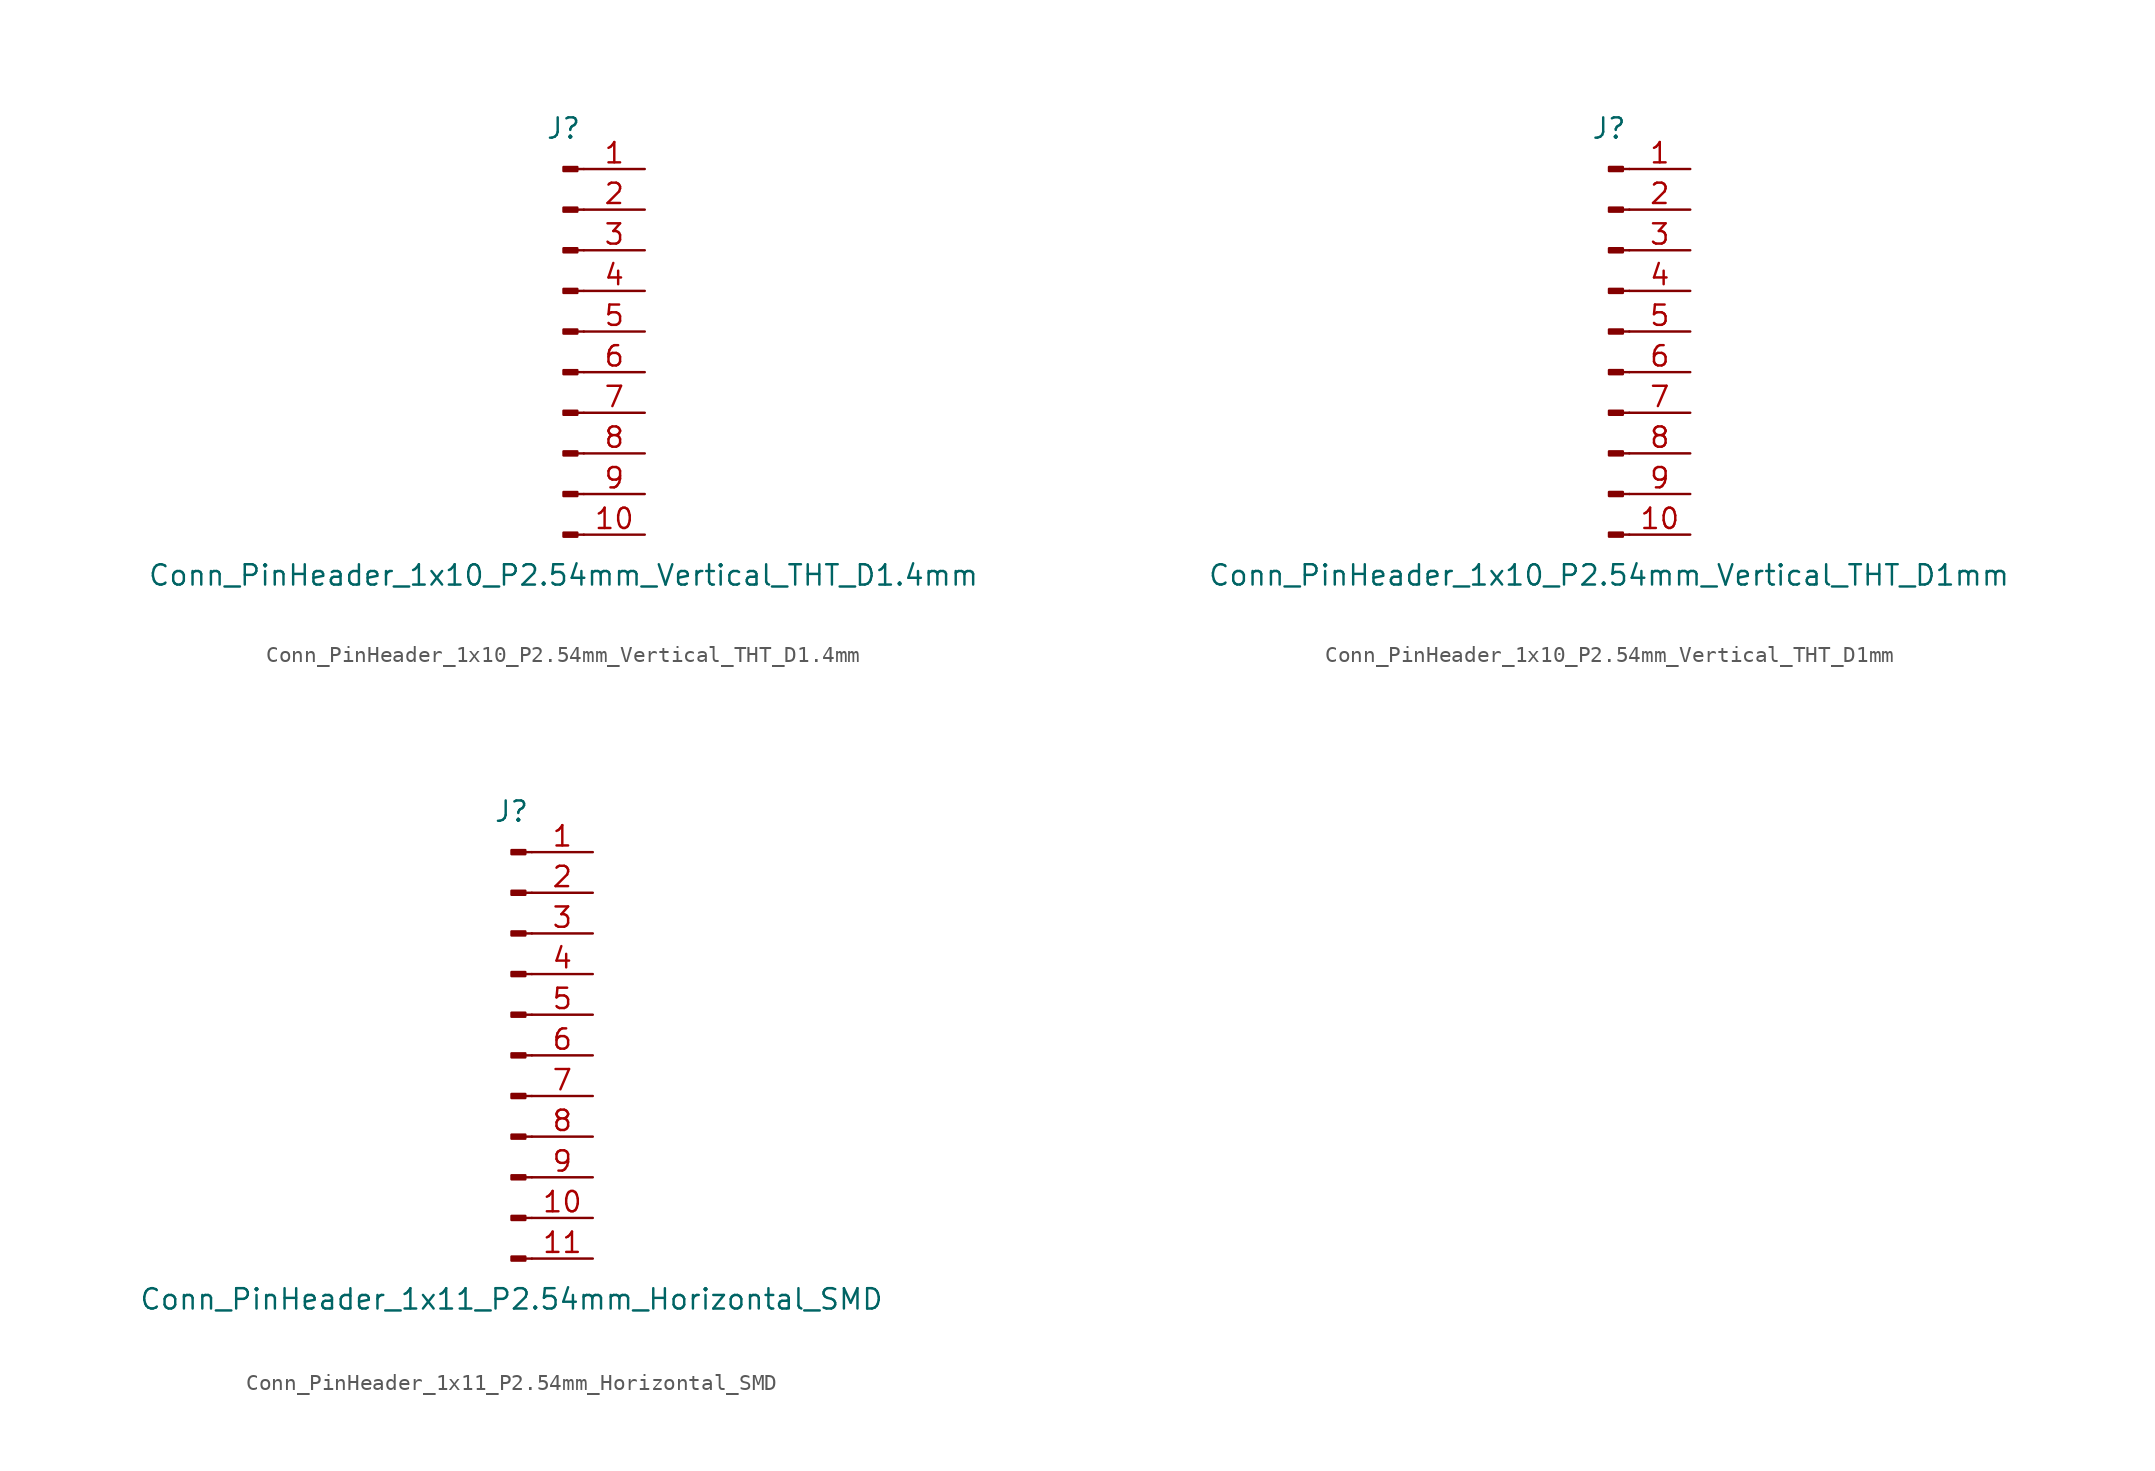
<source format=kicad_sym>
(kicad_symbol_lib
  (version 20220914)
  (generator kicad_symbol_editor)
  (symbol "Conn_PinHeader_1x10_P2.54mm_Vertical_THT_D1.4mm"
    (pin_names
      (offset 1.016) hide)
    (property "Reference" "J"
      (at 0 12.7 0)
      (effects (font (size 1.27 1.27))))
    (property "Value" "Conn_PinHeader_1x10_P2.54mm_Vertical_THT_D1.4mm"
      (at 0 -15.24 0)
      (effects (font (size 1.27 1.27))))
    (symbol "Conn_PinHeader_1x10_P2.54mm_Vertical_THT_D1.4mm_1_1"
      (polyline (pts (xy 1.27 -12.7) (xy 0.864 -12.7)) (stroke (width 0.152) (type solid)) (fill (type none)))
      (polyline (pts (xy 1.27 -10.16) (xy 0.864 -10.16)) (stroke (width 0.152) (type solid)) (fill (type none)))
      (polyline (pts (xy 1.27 -7.62) (xy 0.864 -7.62)) (stroke (width 0.152) (type solid)) (fill (type none)))
      (polyline (pts (xy 1.27 -5.08) (xy 0.864 -5.08)) (stroke (width 0.152) (type solid)) (fill (type none)))
      (polyline (pts (xy 1.27 -2.54) (xy 0.864 -2.54)) (stroke (width 0.152) (type solid)) (fill (type none)))
      (polyline (pts (xy 1.27 0) (xy 0.864 0)) (stroke (width 0.152) (type solid)) (fill (type none)))
      (polyline (pts (xy 1.27 2.54) (xy 0.864 2.54)) (stroke (width 0.152) (type solid)) (fill (type none)))
      (polyline (pts (xy 1.27 5.08) (xy 0.864 5.08)) (stroke (width 0.152) (type solid)) (fill (type none)))
      (polyline (pts (xy 1.27 7.62) (xy 0.864 7.62)) (stroke (width 0.152) (type solid)) (fill (type none)))
      (polyline (pts (xy 1.27 10.16) (xy 0.864 10.16)) (stroke (width 0.152) (type solid)) (fill (type none)))
      (rectangle (start 0.864 -12.573) (end 0 -12.827) (stroke (width 0.152) (type solid)) (fill (type outline)))
      (rectangle (start 0.864 -10.033) (end 0 -10.287) (stroke (width 0.152) (type solid)) (fill (type outline)))
      (rectangle (start 0.864 -7.493) (end 0 -7.747) (stroke (width 0.152) (type solid)) (fill (type outline)))
      (rectangle (start 0.864 -4.953) (end 0 -5.207) (stroke (width 0.152) (type solid)) (fill (type outline)))
      (rectangle (start 0.864 -2.413) (end 0 -2.667) (stroke (width 0.152) (type solid)) (fill (type outline)))
      (rectangle (start 0.864 0.127) (end 0 -0.127) (stroke (width 0.152) (type solid)) (fill (type outline)))
      (rectangle (start 0.864 2.667) (end 0 2.413) (stroke (width 0.152) (type solid)) (fill (type outline)))
      (rectangle (start 0.864 5.207) (end 0 4.953) (stroke (width 0.152) (type solid)) (fill (type outline)))
      (rectangle (start 0.864 7.747) (end 0 7.493) (stroke (width 0.152) (type solid)) (fill (type outline)))
      (rectangle (start 0.864 10.287) (end 0 10.033) (stroke (width 0.152) (type solid)) (fill (type outline)))
      (pin passive line (at 5.08 10.16 180) (length 3.81) (name "Pin_1" (effects (font (size 1.27 1.27)))) (number "1" (effects (font (size 1.27 1.27)))))
      (pin passive line (at 5.08 -12.7 180) (length 3.81) (name "Pin_10" (effects (font (size 1.27 1.27)))) (number "10" (effects (font (size 1.27 1.27)))))
      (pin passive line (at 5.08 7.62 180) (length 3.81) (name "Pin_2" (effects (font (size 1.27 1.27)))) (number "2" (effects (font (size 1.27 1.27)))))
      (pin passive line (at 5.08 5.08 180) (length 3.81) (name "Pin_3" (effects (font (size 1.27 1.27)))) (number "3" (effects (font (size 1.27 1.27)))))
      (pin passive line (at 5.08 2.54 180) (length 3.81) (name "Pin_4" (effects (font (size 1.27 1.27)))) (number "4" (effects (font (size 1.27 1.27)))))
      (pin passive line (at 5.08 0 180) (length 3.81) (name "Pin_5" (effects (font (size 1.27 1.27)))) (number "5" (effects (font (size 1.27 1.27)))))
      (pin passive line (at 5.08 -2.54 180) (length 3.81) (name "Pin_6" (effects (font (size 1.27 1.27)))) (number "6" (effects (font (size 1.27 1.27)))))
      (pin passive line (at 5.08 -5.08 180) (length 3.81) (name "Pin_7" (effects (font (size 1.27 1.27)))) (number "7" (effects (font (size 1.27 1.27)))))
      (pin passive line (at 5.08 -7.62 180) (length 3.81) (name "Pin_8" (effects (font (size 1.27 1.27)))) (number "8" (effects (font (size 1.27 1.27)))))
      (pin passive line (at 5.08 -10.16 180) (length 3.81) (name "Pin_9" (effects (font (size 1.27 1.27)))) (number "9" (effects (font (size 1.27 1.27)))))))
  (symbol "Conn_PinHeader_1x10_P2.54mm_Vertical_THT_D1mm"
    (pin_names
      (offset 1.016) hide)
    (property "Reference" "J"
      (at 0 12.7 0)
      (effects (font (size 1.27 1.27))))
    (property "Value" "Conn_PinHeader_1x10_P2.54mm_Vertical_THT_D1mm"
      (at 0 -15.24 0)
      (effects (font (size 1.27 1.27))))
    (symbol "Conn_PinHeader_1x10_P2.54mm_Vertical_THT_D1mm_1_1"
      (polyline (pts (xy 1.27 -12.7) (xy 0.864 -12.7)) (stroke (width 0.152) (type solid)) (fill (type none)))
      (polyline (pts (xy 1.27 -10.16) (xy 0.864 -10.16)) (stroke (width 0.152) (type solid)) (fill (type none)))
      (polyline (pts (xy 1.27 -7.62) (xy 0.864 -7.62)) (stroke (width 0.152) (type solid)) (fill (type none)))
      (polyline (pts (xy 1.27 -5.08) (xy 0.864 -5.08)) (stroke (width 0.152) (type solid)) (fill (type none)))
      (polyline (pts (xy 1.27 -2.54) (xy 0.864 -2.54)) (stroke (width 0.152) (type solid)) (fill (type none)))
      (polyline (pts (xy 1.27 0) (xy 0.864 0)) (stroke (width 0.152) (type solid)) (fill (type none)))
      (polyline (pts (xy 1.27 2.54) (xy 0.864 2.54)) (stroke (width 0.152) (type solid)) (fill (type none)))
      (polyline (pts (xy 1.27 5.08) (xy 0.864 5.08)) (stroke (width 0.152) (type solid)) (fill (type none)))
      (polyline (pts (xy 1.27 7.62) (xy 0.864 7.62)) (stroke (width 0.152) (type solid)) (fill (type none)))
      (polyline (pts (xy 1.27 10.16) (xy 0.864 10.16)) (stroke (width 0.152) (type solid)) (fill (type none)))
      (rectangle (start 0.864 -12.573) (end 0 -12.827) (stroke (width 0.152) (type solid)) (fill (type outline)))
      (rectangle (start 0.864 -10.033) (end 0 -10.287) (stroke (width 0.152) (type solid)) (fill (type outline)))
      (rectangle (start 0.864 -7.493) (end 0 -7.747) (stroke (width 0.152) (type solid)) (fill (type outline)))
      (rectangle (start 0.864 -4.953) (end 0 -5.207) (stroke (width 0.152) (type solid)) (fill (type outline)))
      (rectangle (start 0.864 -2.413) (end 0 -2.667) (stroke (width 0.152) (type solid)) (fill (type outline)))
      (rectangle (start 0.864 0.127) (end 0 -0.127) (stroke (width 0.152) (type solid)) (fill (type outline)))
      (rectangle (start 0.864 2.667) (end 0 2.413) (stroke (width 0.152) (type solid)) (fill (type outline)))
      (rectangle (start 0.864 5.207) (end 0 4.953) (stroke (width 0.152) (type solid)) (fill (type outline)))
      (rectangle (start 0.864 7.747) (end 0 7.493) (stroke (width 0.152) (type solid)) (fill (type outline)))
      (rectangle (start 0.864 10.287) (end 0 10.033) (stroke (width 0.152) (type solid)) (fill (type outline)))
      (pin passive line (at 5.08 10.16 180) (length 3.81) (name "Pin_1" (effects (font (size 1.27 1.27)))) (number "1" (effects (font (size 1.27 1.27)))))
      (pin passive line (at 5.08 -12.7 180) (length 3.81) (name "Pin_10" (effects (font (size 1.27 1.27)))) (number "10" (effects (font (size 1.27 1.27)))))
      (pin passive line (at 5.08 7.62 180) (length 3.81) (name "Pin_2" (effects (font (size 1.27 1.27)))) (number "2" (effects (font (size 1.27 1.27)))))
      (pin passive line (at 5.08 5.08 180) (length 3.81) (name "Pin_3" (effects (font (size 1.27 1.27)))) (number "3" (effects (font (size 1.27 1.27)))))
      (pin passive line (at 5.08 2.54 180) (length 3.81) (name "Pin_4" (effects (font (size 1.27 1.27)))) (number "4" (effects (font (size 1.27 1.27)))))
      (pin passive line (at 5.08 0 180) (length 3.81) (name "Pin_5" (effects (font (size 1.27 1.27)))) (number "5" (effects (font (size 1.27 1.27)))))
      (pin passive line (at 5.08 -2.54 180) (length 3.81) (name "Pin_6" (effects (font (size 1.27 1.27)))) (number "6" (effects (font (size 1.27 1.27)))))
      (pin passive line (at 5.08 -5.08 180) (length 3.81) (name "Pin_7" (effects (font (size 1.27 1.27)))) (number "7" (effects (font (size 1.27 1.27)))))
      (pin passive line (at 5.08 -7.62 180) (length 3.81) (name "Pin_8" (effects (font (size 1.27 1.27)))) (number "8" (effects (font (size 1.27 1.27)))))
      (pin passive line (at 5.08 -10.16 180) (length 3.81) (name "Pin_9" (effects (font (size 1.27 1.27)))) (number "9" (effects (font (size 1.27 1.27)))))))
  (symbol "Conn_PinHeader_1x11_P2.54mm_Horizontal_SMD"
    (pin_names
      (offset 1.016) hide)
    (property "Reference" "J"
      (at 0 15.24 0)
      (effects (font (size 1.27 1.27))))
    (property "Value" "Conn_PinHeader_1x11_P2.54mm_Horizontal_SMD"
      (at 0 -15.24 0)
      (effects (font (size 1.27 1.27))))
    (symbol "Conn_PinHeader_1x11_P2.54mm_Horizontal_SMD_1_1"
      (polyline (pts (xy 1.27 -12.7) (xy 0.864 -12.7)) (stroke (width 0.152) (type solid)) (fill (type none)))
      (polyline (pts (xy 1.27 -10.16) (xy 0.864 -10.16)) (stroke (width 0.152) (type solid)) (fill (type none)))
      (polyline (pts (xy 1.27 -7.62) (xy 0.864 -7.62)) (stroke (width 0.152) (type solid)) (fill (type none)))
      (polyline (pts (xy 1.27 -5.08) (xy 0.864 -5.08)) (stroke (width 0.152) (type solid)) (fill (type none)))
      (polyline (pts (xy 1.27 -2.54) (xy 0.864 -2.54)) (stroke (width 0.152) (type solid)) (fill (type none)))
      (polyline (pts (xy 1.27 0) (xy 0.864 0)) (stroke (width 0.152) (type solid)) (fill (type none)))
      (polyline (pts (xy 1.27 2.54) (xy 0.864 2.54)) (stroke (width 0.152) (type solid)) (fill (type none)))
      (polyline (pts (xy 1.27 5.08) (xy 0.864 5.08)) (stroke (width 0.152) (type solid)) (fill (type none)))
      (polyline (pts (xy 1.27 7.62) (xy 0.864 7.62)) (stroke (width 0.152) (type solid)) (fill (type none)))
      (polyline (pts (xy 1.27 10.16) (xy 0.864 10.16)) (stroke (width 0.152) (type solid)) (fill (type none)))
      (polyline (pts (xy 1.27 12.7) (xy 0.864 12.7)) (stroke (width 0.152) (type solid)) (fill (type none)))
      (rectangle (start 0.864 -12.573) (end 0 -12.827) (stroke (width 0.152) (type solid)) (fill (type outline)))
      (rectangle (start 0.864 -10.033) (end 0 -10.287) (stroke (width 0.152) (type solid)) (fill (type outline)))
      (rectangle (start 0.864 -7.493) (end 0 -7.747) (stroke (width 0.152) (type solid)) (fill (type outline)))
      (rectangle (start 0.864 -4.953) (end 0 -5.207) (stroke (width 0.152) (type solid)) (fill (type outline)))
      (rectangle (start 0.864 -2.413) (end 0 -2.667) (stroke (width 0.152) (type solid)) (fill (type outline)))
      (rectangle (start 0.864 0.127) (end 0 -0.127) (stroke (width 0.152) (type solid)) (fill (type outline)))
      (rectangle (start 0.864 2.667) (end 0 2.413) (stroke (width 0.152) (type solid)) (fill (type outline)))
      (rectangle (start 0.864 5.207) (end 0 4.953) (stroke (width 0.152) (type solid)) (fill (type outline)))
      (rectangle (start 0.864 7.747) (end 0 7.493) (stroke (width 0.152) (type solid)) (fill (type outline)))
      (rectangle (start 0.864 10.287) (end 0 10.033) (stroke (width 0.152) (type solid)) (fill (type outline)))
      (rectangle (start 0.864 12.827) (end 0 12.573) (stroke (width 0.152) (type solid)) (fill (type outline)))
      (pin passive line (at 5.08 12.7 180) (length 3.81) (name "Pin_1" (effects (font (size 1.27 1.27)))) (number "1" (effects (font (size 1.27 1.27)))))
      (pin passive line (at 5.08 -10.16 180) (length 3.81) (name "Pin_10" (effects (font (size 1.27 1.27)))) (number "10" (effects (font (size 1.27 1.27)))))
      (pin passive line (at 5.08 -12.7 180) (length 3.81) (name "Pin_11" (effects (font (size 1.27 1.27)))) (number "11" (effects (font (size 1.27 1.27)))))
      (pin passive line (at 5.08 10.16 180) (length 3.81) (name "Pin_2" (effects (font (size 1.27 1.27)))) (number "2" (effects (font (size 1.27 1.27)))))
      (pin passive line (at 5.08 7.62 180) (length 3.81) (name "Pin_3" (effects (font (size 1.27 1.27)))) (number "3" (effects (font (size 1.27 1.27)))))
      (pin passive line (at 5.08 5.08 180) (length 3.81) (name "Pin_4" (effects (font (size 1.27 1.27)))) (number "4" (effects (font (size 1.27 1.27)))))
      (pin passive line (at 5.08 2.54 180) (length 3.81) (name "Pin_5" (effects (font (size 1.27 1.27)))) (number "5" (effects (font (size 1.27 1.27)))))
      (pin passive line (at 5.08 0 180) (length 3.81) (name "Pin_6" (effects (font (size 1.27 1.27)))) (number "6" (effects (font (size 1.27 1.27)))))
      (pin passive line (at 5.08 -2.54 180) (length 3.81) (name "Pin_7" (effects (font (size 1.27 1.27)))) (number "7" (effects (font (size 1.27 1.27)))))
      (pin passive line (at 5.08 -5.08 180) (length 3.81) (name "Pin_8" (effects (font (size 1.27 1.27)))) (number "8" (effects (font (size 1.27 1.27)))))
      (pin passive line (at 5.08 -7.62 180) (length 3.81) (name "Pin_9" (effects (font (size 1.27 1.27)))) (number "9" (effects (font (size 1.27 1.27))))))))
</source>
